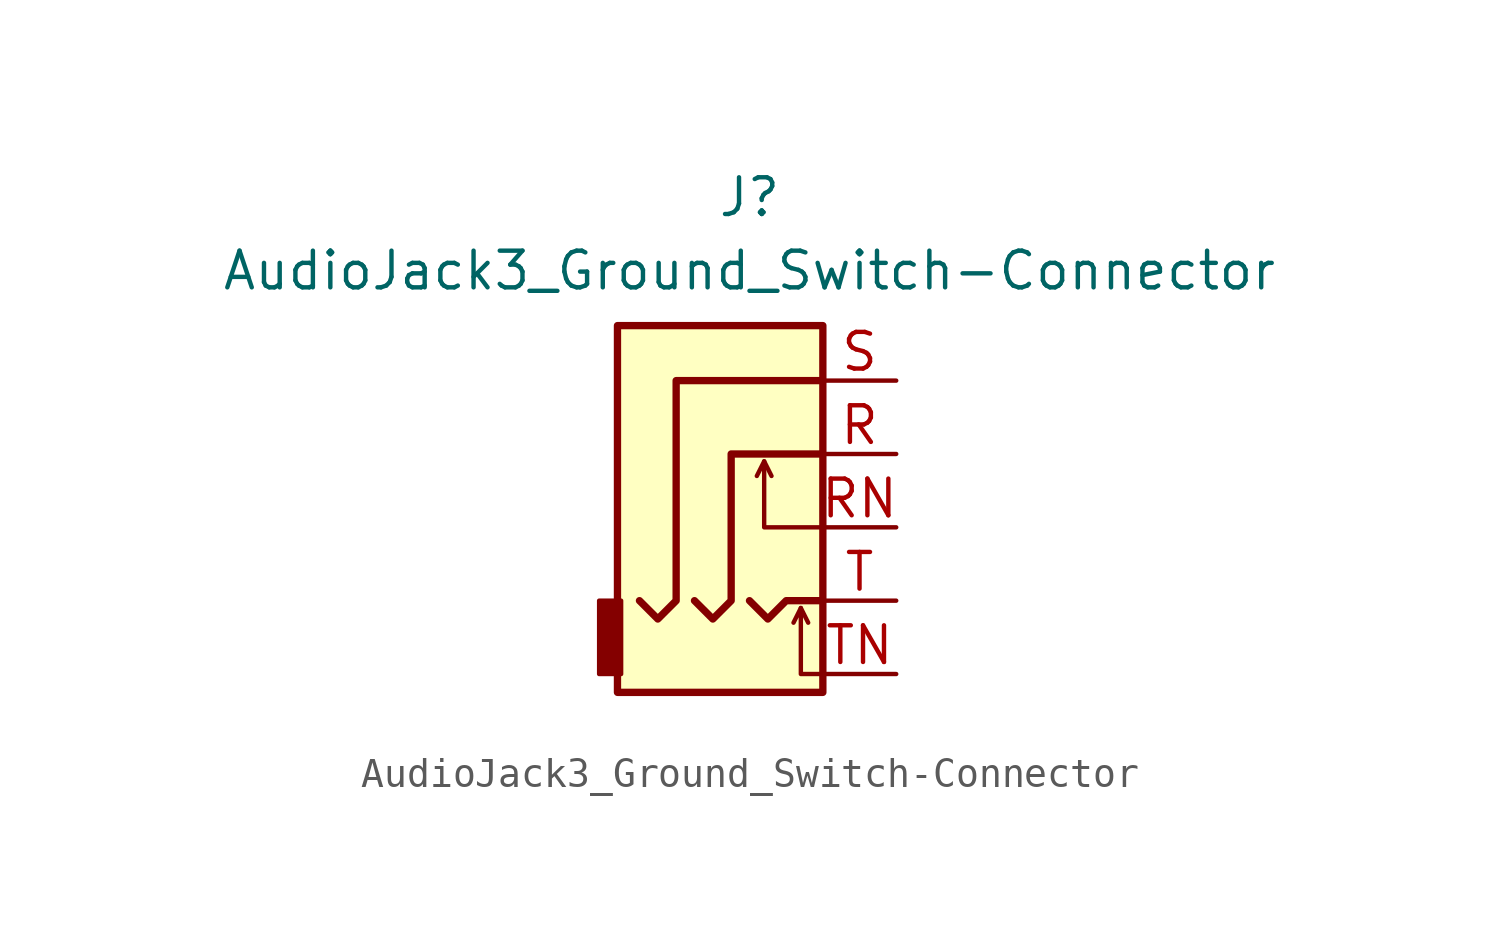
<source format=kicad_sym>
(kicad_symbol_lib
  (version 20220914)
  (generator kicad_symbol_editor)
  (symbol "AudioJack3_Ground_Switch-Connector"
    (pin_names
      (offset 1.016))
    (property "Reference" "J"
      (at 0 8.89 0)
      (effects (font (size 1.27 1.27))))
    (property "Value" "AudioJack3_Ground_Switch-Connector"
      (at 0 6.35 0)
      (effects (font (size 1.27 1.27))))
    (symbol "AudioJack3_Ground_Switch-Connector_0_1"
      (rectangle (start -4.445 -7.62) (end -5.207 -5.08) (stroke (width 0) (type solid)) (fill (type outline)))
      (polyline (pts (xy 0.508 -0.254) (xy 0.762 -0.762)) (stroke (width 0) (type solid)) (fill (type none)))
      (polyline (pts (xy 1.778 -5.334) (xy 2.032 -5.842)) (stroke (width 0) (type solid)) (fill (type none)))
      (polyline (pts (xy 0 -5.08) (xy 0.635 -5.715) (xy 1.27 -5.08) (xy 2.54 -5.08)) (stroke (width 0.254) (type solid)) (fill (type none)))
      (polyline (pts (xy 2.54 -7.62) (xy 1.778 -7.62) (xy 1.778 -5.334) (xy 1.524 -5.842)) (stroke (width 0) (type solid)) (fill (type none)))
      (polyline (pts (xy 2.54 -2.54) (xy 0.508 -2.54) (xy 0.508 -0.254) (xy 0.254 -0.762)) (stroke (width 0) (type solid)) (fill (type none)))
      (polyline (pts (xy -1.905 -5.08) (xy -1.27 -5.715) (xy -0.635 -5.08) (xy -0.635 0) (xy 2.54 0)) (stroke (width 0.254) (type solid)) (fill (type none)))
      (polyline (pts (xy 2.54 2.54) (xy -2.54 2.54) (xy -2.54 -5.08) (xy -3.175 -5.715) (xy -3.81 -5.08)) (stroke (width 0.254) (type solid)) (fill (type none)))
      (rectangle (start 2.54 -8.255) (end -4.572 4.445) (stroke (width 0.254) (type solid)) (fill (type background))))
    (symbol "AudioJack3_Ground_Switch-Connector_1_1"
      (pin passive line (at 5.08 0 180) (length 2.54) (name "~" (effects (font (size 1.27 1.27)))) (number "R" (effects (font (size 1.27 1.27)))))
      (pin passive line (at 5.08 -2.54 180) (length 2.54) (name "~" (effects (font (size 1.27 1.27)))) (number "RN" (effects (font (size 1.27 1.27)))))
      (pin passive line (at 5.08 2.54 180) (length 2.54) (name "~" (effects (font (size 1.27 1.27)))) (number "S" (effects (font (size 1.27 1.27)))))
      (pin passive line (at 5.08 -5.08 180) (length 2.54) (name "~" (effects (font (size 1.27 1.27)))) (number "T" (effects (font (size 1.27 1.27)))))
      (pin passive line (at 5.08 -7.62 180) (length 2.54) (name "~" (effects (font (size 1.27 1.27)))) (number "TN" (effects (font (size 1.27 1.27))))))))
</source>
